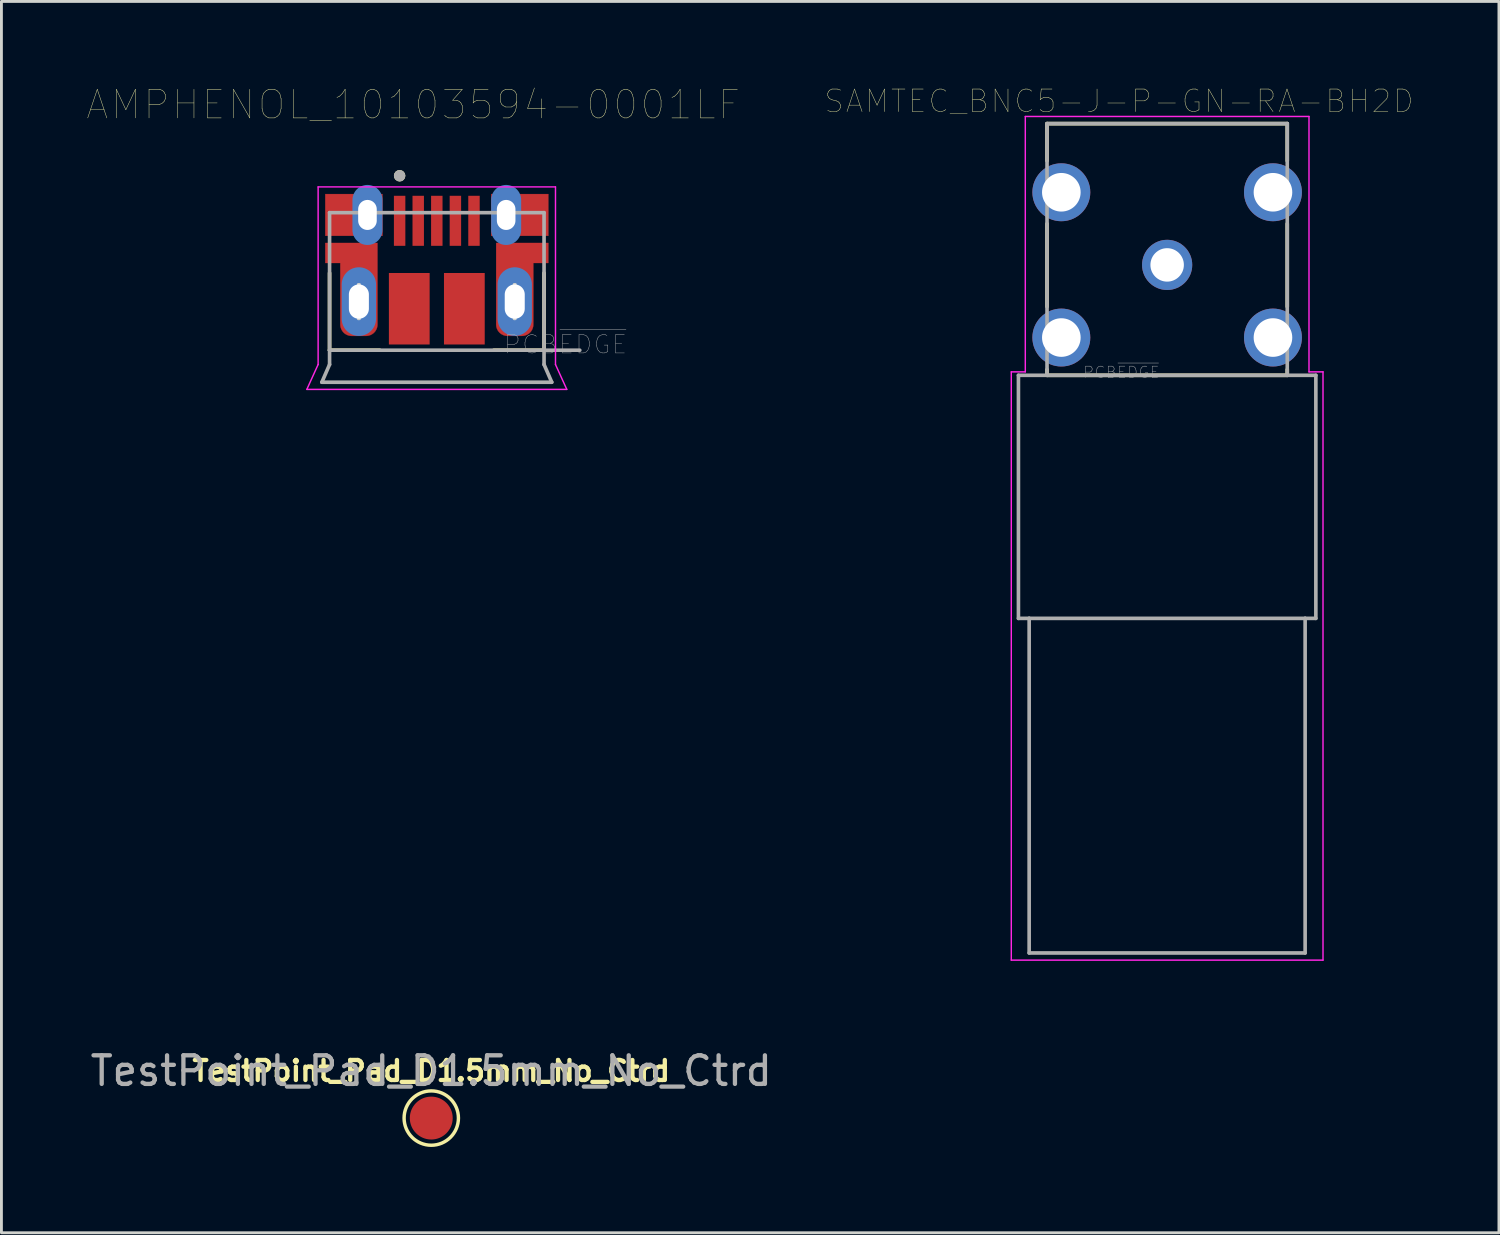
<source format=kicad_pcb>
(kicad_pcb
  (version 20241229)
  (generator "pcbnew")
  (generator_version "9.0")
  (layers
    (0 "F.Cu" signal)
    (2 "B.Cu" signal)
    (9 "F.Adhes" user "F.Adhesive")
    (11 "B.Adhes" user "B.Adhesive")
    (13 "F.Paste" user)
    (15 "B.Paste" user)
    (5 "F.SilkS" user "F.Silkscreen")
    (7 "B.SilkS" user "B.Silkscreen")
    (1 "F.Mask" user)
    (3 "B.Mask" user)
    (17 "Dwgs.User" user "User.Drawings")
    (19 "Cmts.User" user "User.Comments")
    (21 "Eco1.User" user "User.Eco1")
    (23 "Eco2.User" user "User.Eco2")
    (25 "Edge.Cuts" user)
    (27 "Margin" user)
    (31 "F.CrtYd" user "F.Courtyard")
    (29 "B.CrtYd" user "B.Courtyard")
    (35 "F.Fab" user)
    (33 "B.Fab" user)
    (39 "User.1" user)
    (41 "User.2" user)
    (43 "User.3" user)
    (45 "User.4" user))
  (footprint "TestPoint_Pad_D1.5mm_No_Ctrd"
    (layer "F.Cu")
    (at 12.03 36.046)
    (property "Reference" "TestPoint_Pad_D1.5mm_No_Ctrd" (at 0 -1.648 180) (layer "F.SilkS") (effects (font (size 0.7 0.7) (thickness 0.15))))
    (attr exclude_from_pos_files exclude_from_bom)
    (fp_circle (center 0 0) (end 0 0.95) (stroke (width 0.12) (type solid)) (fill no) (layer "F.SilkS"))
    (fp_text user "${REFERENCE}" (at 0 -1.65 180) (layer "F.Fab") (effects (font (size 1 1) (thickness 0.15))))
    (pad "1" smd circle (at 0 0) (size 1.5 1.5) (layers "F.Cu" "F.Mask")))
  (footprint "AMPHENOL_10103594-0001LF"
    (layer "F.Cu")
    (at 12.224 7.496)
    (property "Reference" "AMPHENOL_10103594-0001LF" (at -0.825 -6.885 0) (layer "F.SilkS") (effects (font (size 1 1) (thickness 0.015))))
    (attr through_hole)
    (fp_poly (pts (xy -1.9 -2.3) (xy -1.9 -3.76) (xy -3.9 -3.76) (xy -3.9 -2.3)) (stroke (width 0.01) (type solid)) (fill yes) (layer "F.Cu"))
    (fp_poly (pts (xy 1.9 -2.3) (xy 1.9 -3.76) (xy 3.9 -3.76) (xy 3.9 -2.3)) (stroke (width 0.01) (type solid)) (fill yes) (layer "F.Cu"))
    (fp_poly (pts (xy -3.9 -2.05) (xy -3.9 -1.35) (xy -3.375 -1.35) (xy -3.375 0.8) (xy -3.374 0.821) (xy -3.373 0.842) (xy -3.37 0.863) (xy -3.366 0.883) (xy -3.361 0.904) (xy -3.355 0.924) (xy -3.348 0.943) (xy -3.34 0.963) (xy -3.331 0.982) (xy -3.321 1) (xy -3.31 1.018) (xy -3.299 1.035) (xy -3.286 1.052) (xy -3.272 1.068) (xy -3.258 1.083) (xy -3.243 1.097) (xy -3.227 1.111) (xy -3.21 1.124) (xy -3.193 1.135) (xy -3.175 1.146) (xy -3.157 1.156) (xy -3.138 1.165) (xy -3.118 1.173) (xy -3.099 1.18) (xy -3.079 1.186) (xy -3.058 1.191) (xy -3.038 1.195) (xy -3.017 1.198) (xy -2.996 1.199) (xy -2.975 1.2) (xy -2.475 1.2) (xy -2.454 1.199) (xy -2.433 1.198) (xy -2.412 1.195) (xy -2.392 1.191) (xy -2.371 1.186) (xy -2.351 1.18) (xy -2.332 1.173) (xy -2.312 1.165) (xy -2.293 1.156) (xy -2.275 1.146) (xy -2.257 1.135) (xy -2.24 1.124) (xy -2.223 1.111) (xy -2.207 1.097) (xy -2.192 1.083) (xy -2.178 1.068) (xy -2.164 1.052) (xy -2.151 1.035) (xy -2.14 1.018) (xy -2.129 1) (xy -2.119 0.982) (xy -2.11 0.963) (xy -2.102 0.943) (xy -2.095 0.924) (xy -2.089 0.904) (xy -2.084 0.883) (xy -2.08 0.863) (xy -2.077 0.842) (xy -2.076 0.821) (xy -2.075 0.8) (xy -2.075 -2.05) (xy -3.9 -2.05)) (stroke (width 0.01) (type solid)) (fill yes) (layer "F.Cu"))
    (fp_poly (pts (xy 3.9 -2.05) (xy 3.9 -1.35) (xy 3.375 -1.35) (xy 3.375 0.8) (xy 3.374 0.821) (xy 3.373 0.842) (xy 3.37 0.863) (xy 3.366 0.883) (xy 3.361 0.904) (xy 3.355 0.924) (xy 3.348 0.943) (xy 3.34 0.963) (xy 3.331 0.982) (xy 3.321 1) (xy 3.31 1.018) (xy 3.299 1.035) (xy 3.286 1.052) (xy 3.272 1.068) (xy 3.258 1.083) (xy 3.243 1.097) (xy 3.227 1.111) (xy 3.21 1.124) (xy 3.193 1.135) (xy 3.175 1.146) (xy 3.157 1.156) (xy 3.138 1.165) (xy 3.118 1.173) (xy 3.099 1.18) (xy 3.079 1.186) (xy 3.058 1.191) (xy 3.038 1.195) (xy 3.017 1.198) (xy 2.996 1.199) (xy 2.975 1.2) (xy 2.475 1.2) (xy 2.454 1.199) (xy 2.433 1.198) (xy 2.412 1.195) (xy 2.392 1.191) (xy 2.371 1.186) (xy 2.351 1.18) (xy 2.332 1.173) (xy 2.312 1.165) (xy 2.293 1.156) (xy 2.275 1.146) (xy 2.257 1.135) (xy 2.24 1.124) (xy 2.223 1.111) (xy 2.207 1.097) (xy 2.192 1.083) (xy 2.178 1.068) (xy 2.164 1.052) (xy 2.151 1.035) (xy 2.14 1.018) (xy 2.129 1) (xy 2.119 0.982) (xy 2.11 0.963) (xy 2.102 0.943) (xy 2.095 0.924) (xy 2.089 0.904) (xy 2.084 0.883) (xy 2.08 0.863) (xy 2.077 0.842) (xy 2.076 0.821) (xy 2.075 0.8) (xy 2.075 -2.05) (xy 3.9 -2.05)) (stroke (width 0.01) (type solid)) (fill yes) (layer "F.Cu"))
    (fp_poly (pts (xy -4 -3.86) (xy -1.8 -3.86) (xy -1.8 -2.2) (xy -4 -2.2)) (stroke (width 0.01) (type solid)) (fill yes) (layer "F.Mask"))
    (fp_poly (pts (xy 1.8 -3.86) (xy 4 -3.86) (xy 4 -2.2) (xy 1.8 -2.2)) (stroke (width 0.01) (type solid)) (fill yes) (layer "F.Mask"))
    (fp_poly (pts (xy -4 -2.15) (xy -1.975 -2.15) (xy -1.975 0.8) (xy -1.976 0.826) (xy -1.978 0.852) (xy -1.981 0.878) (xy -1.986 0.904) (xy -1.992 0.929) (xy -1.999 0.955) (xy -2.008 0.979) (xy -2.018 1.003) (xy -2.029 1.027) (xy -2.042 1.05) (xy -2.056 1.072) (xy -2.07 1.094) (xy -2.086 1.115) (xy -2.103 1.135) (xy -2.121 1.154) (xy -2.14 1.172) (xy -2.16 1.189) (xy -2.181 1.205) (xy -2.203 1.219) (xy -2.225 1.233) (xy -2.248 1.246) (xy -2.272 1.257) (xy -2.296 1.267) (xy -2.32 1.276) (xy -2.346 1.283) (xy -2.371 1.289) (xy -2.397 1.294) (xy -2.423 1.297) (xy -2.449 1.299) (xy -2.475 1.3) (xy -2.975 1.3) (xy -3.001 1.299) (xy -3.027 1.297) (xy -3.053 1.294) (xy -3.079 1.289) (xy -3.104 1.283) (xy -3.13 1.276) (xy -3.154 1.267) (xy -3.178 1.257) (xy -3.202 1.246) (xy -3.225 1.233) (xy -3.247 1.219) (xy -3.269 1.205) (xy -3.29 1.189) (xy -3.31 1.172) (xy -3.329 1.154) (xy -3.347 1.135) (xy -3.364 1.115) (xy -3.38 1.094) (xy -3.394 1.072) (xy -3.408 1.05) (xy -3.421 1.027) (xy -3.432 1.003) (xy -3.442 0.979) (xy -3.451 0.955) (xy -3.458 0.929) (xy -3.464 0.904) (xy -3.469 0.878) (xy -3.472 0.852) (xy -3.474 0.826) (xy -3.475 0.8) (xy -3.475 -1.25) (xy -4 -1.25) (xy -4 -2.15)) (stroke (width 0.01) (type solid)) (fill yes) (layer "F.Mask"))
    (fp_poly (pts (xy 4 -2.15) (xy 1.975 -2.15) (xy 1.975 0.8) (xy 1.976 0.826) (xy 1.978 0.852) (xy 1.981 0.878) (xy 1.986 0.904) (xy 1.992 0.929) (xy 1.999 0.955) (xy 2.008 0.979) (xy 2.018 1.003) (xy 2.029 1.027) (xy 2.042 1.05) (xy 2.056 1.072) (xy 2.07 1.094) (xy 2.086 1.115) (xy 2.103 1.135) (xy 2.121 1.154) (xy 2.14 1.172) (xy 2.16 1.189) (xy 2.181 1.205) (xy 2.203 1.219) (xy 2.225 1.233) (xy 2.248 1.246) (xy 2.272 1.257) (xy 2.296 1.267) (xy 2.32 1.276) (xy 2.346 1.283) (xy 2.371 1.289) (xy 2.397 1.294) (xy 2.423 1.297) (xy 2.449 1.299) (xy 2.475 1.3) (xy 2.975 1.3) (xy 3.001 1.299) (xy 3.027 1.297) (xy 3.053 1.294) (xy 3.079 1.289) (xy 3.104 1.283) (xy 3.13 1.276) (xy 3.154 1.267) (xy 3.178 1.257) (xy 3.202 1.246) (xy 3.225 1.233) (xy 3.247 1.219) (xy 3.269 1.205) (xy 3.29 1.189) (xy 3.31 1.172) (xy 3.329 1.154) (xy 3.347 1.135) (xy 3.364 1.115) (xy 3.38 1.094) (xy 3.394 1.072) (xy 3.408 1.05) (xy 3.421 1.027) (xy 3.432 1.003) (xy 3.442 0.979) (xy 3.451 0.955) (xy 3.458 0.929) (xy 3.464 0.904) (xy 3.469 0.878) (xy 3.472 0.852) (xy 3.474 0.826) (xy 3.475 0.8) (xy 3.475 -1.25) (xy 4 -1.25) (xy 4 -2.15)) (stroke (width 0.01) (type solid)) (fill yes) (layer "F.Mask"))
    (fp_line (start -3.75 -1) (end -3.75 1.7) (stroke (width 0.127) (type solid)) (layer "F.SilkS"))
    (fp_line (start -3.75 1.7) (end -1.995 1.7) (stroke (width 0.127) (type solid)) (layer "F.SilkS"))
    (fp_line (start 3.75 -1) (end 3.75 1.7) (stroke (width 0.127) (type solid)) (layer "F.SilkS"))
    (fp_line (start 3.75 1.7) (end 1.995 1.7) (stroke (width 0.127) (type solid)) (layer "F.SilkS"))
    (fp_circle (center -1.3 -4.4) (end -1.2 -4.4) (stroke (width 0.2) (type solid)) (fill no) (layer "F.SilkS"))
    (fp_line (start -2.745 0.6) (end -2.705 0.6) (stroke (width 0.1) (type solid)) (layer "Edge.Cuts"))
    (fp_line (start -2.705 -0.6) (end -2.745 -0.6) (stroke (width 0.1) (type solid)) (layer "Edge.Cuts"))
    (fp_line (start 2.705 -0.6) (end 2.745 -0.6) (stroke (width 0.1) (type solid)) (layer "Edge.Cuts"))
    (fp_line (start 2.745 0.6) (end 2.705 0.6) (stroke (width 0.1) (type solid)) (layer "Edge.Cuts"))
    (fp_line (start -4.545 3.07) (end -4.15 2.2) (stroke (width 0.05) (type solid)) (layer "F.CrtYd"))
    (fp_line (start -4.545 3.07) (end 4.545 3.07) (stroke (width 0.05) (type solid)) (layer "F.CrtYd"))
    (fp_line (start -4.15 -4.01) (end 4.15 -4.01) (stroke (width 0.05) (type solid)) (layer "F.CrtYd"))
    (fp_line (start -4.15 2.2) (end -4.15 -4.01) (stroke (width 0.05) (type solid)) (layer "F.CrtYd"))
    (fp_line (start 4.15 -4.01) (end 4.15 2.2) (stroke (width 0.05) (type solid)) (layer "F.CrtYd"))
    (fp_line (start 4.545 3.07) (end 4.15 2.2) (stroke (width 0.05) (type solid)) (layer "F.CrtYd"))
    (fp_line (start -4.02 2.82) (end -3.75 2.2) (stroke (width 0.127) (type solid)) (layer "F.Fab"))
    (fp_line (start -4.02 2.82) (end 4.02 2.82) (stroke (width 0.127) (type solid)) (layer "F.Fab"))
    (fp_line (start -3.75 -3.11) (end -3.75 1.7) (stroke (width 0.127) (type solid)) (layer "F.Fab"))
    (fp_line (start -3.75 -3.11) (end 3.75 -3.11) (stroke (width 0.127) (type solid)) (layer "F.Fab"))
    (fp_line (start -3.75 1.7) (end -3.75 2.2) (stroke (width 0.127) (type solid)) (layer "F.Fab"))
    (fp_line (start -3.75 1.7) (end 5 1.7) (stroke (width 0.127) (type solid)) (layer "F.Fab"))
    (fp_line (start 3.75 -3.11) (end 3.75 2.2) (stroke (width 0.127) (type solid)) (layer "F.Fab"))
    (fp_line (start 4.02 2.82) (end 3.75 2.2) (stroke (width 0.127) (type solid)) (layer "F.Fab"))
    (fp_circle (center -1.3 -4.4) (end -1.2 -4.4) (stroke (width 0.2) (type solid)) (fill no) (layer "F.Fab"))
    (fp_text user "PCB~{EDGE}" (at 4.5 1.5 0) (layer "F.Fab") (effects (font (size 0.64 0.64) (thickness 0.015))))
    (pad "1" smd rect (at -1.3 -2.825) (size 0.4 1.75) (layers "F.Cu" "F.Mask" "F.Paste"))
    (pad "2" smd rect (at -0.65 -2.825) (size 0.4 1.75) (layers "F.Cu" "F.Mask" "F.Paste"))
    (pad "3" smd rect (at 0 -2.825) (size 0.4 1.75) (layers "F.Cu" "F.Mask" "F.Paste"))
    (pad "4" smd rect (at 0.65 -2.825) (size 0.4 1.75) (layers "F.Cu" "F.Mask" "F.Paste"))
    (pad "5" smd rect (at 1.3 -2.825) (size 0.4 1.75) (layers "F.Cu" "F.Mask" "F.Paste"))
    (pad "6" thru_hole oval (at -2.425 -3.03) (size 0.73 1.46) (drill oval 0.65 1.05) (layers "*.Cu"))
    (pad "7" thru_hole oval (at 2.425 -3.03) (size 0.73 1.46) (drill oval 0.65 1.05) (layers "*.Cu"))
    (pad "8" thru_hole oval (at -2.725 0) (size 1.2 2.4) (drill oval 0.7 1.2) (layers "*.Cu" "*.Mask"))
    (pad "9" thru_hole oval (at 2.725 0) (size 1.2 2.4) (drill oval 0.7 1.2) (layers "*.Cu" "*.Mask"))
    (pad "10" smd oval (at -2.425 -3.03) (size 1.05 2.1) (layers "B.Cu" "B.Mask"))
    (pad "11" smd oval (at 2.425 -3.03) (size 1.05 2.1) (layers "B.Cu" "B.Mask"))
    (pad "S1" smd rect (at -0.963 0.25) (size 1.425 2.5) (layers "F.Cu" "F.Mask" "F.Paste"))
    (pad "S2" smd rect (at 0.963 0.25) (size 1.425 2.5) (layers "F.Cu" "F.Mask" "F.Paste")))
  (footprint "SAMTEC_BNC5-J-P-GN-RA-BH2D"
    (layer "F.Cu")
    (at 37.762 6.213)
    (property "Reference" "SAMTEC_BNC5-J-P-GN-RA-BH2D" (at -1.682 -5.725 0) (layer "F.SilkS") (effects (font (size 0.788 0.788) (thickness 0.015))))
    (attr through_hole)
    (fp_line (start -4.2 -4.94) (end 4.2 -4.94) (stroke (width 0.127) (type solid)) (layer "F.SilkS"))
    (fp_line (start -4.2 -3.64) (end -4.2 -4.94) (stroke (width 0.127) (type solid)) (layer "F.SilkS"))
    (fp_line (start -4.2 1.46) (end -4.2 -1.44) (stroke (width 0.127) (type solid)) (layer "F.SilkS"))
    (fp_line (start -4.2 3.86) (end -4.2 3.66) (stroke (width 0.127) (type solid)) (layer "F.SilkS"))
    (fp_line (start -4.2 3.86) (end 4.2 3.86) (stroke (width 0.127) (type solid)) (layer "F.SilkS"))
    (fp_line (start 4.2 -4.94) (end 4.2 -3.64) (stroke (width 0.127) (type solid)) (layer "F.SilkS"))
    (fp_line (start 4.2 1.46) (end 4.2 -1.44) (stroke (width 0.127) (type solid)) (layer "F.SilkS"))
    (fp_line (start 4.2 3.86) (end 4.2 3.66) (stroke (width 0.127) (type solid)) (layer "F.SilkS"))
    (fp_line (start -5.45 3.74) (end -5.45 24.31) (stroke (width 0.05) (type solid)) (layer "F.CrtYd"))
    (fp_line (start -5.45 24.31) (end 5.45 24.31) (stroke (width 0.05) (type solid)) (layer "F.CrtYd"))
    (fp_line (start -4.96 -5.19) (end 4.96 -5.19) (stroke (width 0.05) (type solid)) (layer "F.CrtYd"))
    (fp_line (start -4.96 3.74) (end -5.45 3.74) (stroke (width 0.05) (type solid)) (layer "F.CrtYd"))
    (fp_line (start -4.96 3.74) (end -4.96 -5.19) (stroke (width 0.05) (type solid)) (layer "F.CrtYd"))
    (fp_line (start 4.96 -5.19) (end 4.96 3.74) (stroke (width 0.05) (type solid)) (layer "F.CrtYd"))
    (fp_line (start 5.45 3.74) (end 4.96 3.74) (stroke (width 0.05) (type solid)) (layer "F.CrtYd"))
    (fp_line (start 5.45 24.31) (end 5.45 3.74) (stroke (width 0.05) (type solid)) (layer "F.CrtYd"))
    (fp_line (start -5.2 3.86) (end -5.2 12.36) (stroke (width 0.127) (type solid)) (layer "F.Fab"))
    (fp_line (start -5.2 12.36) (end -4.825 12.36) (stroke (width 0.127) (type solid)) (layer "F.Fab"))
    (fp_line (start -4.825 12.36) (end -4.825 24.06) (stroke (width 0.127) (type solid)) (layer "F.Fab"))
    (fp_line (start -4.825 12.36) (end 4.825 12.36) (stroke (width 0.127) (type solid)) (layer "F.Fab"))
    (fp_line (start -4.825 24.06) (end 4.825 24.06) (stroke (width 0.127) (type solid)) (layer "F.Fab"))
    (fp_line (start -4.2 -4.94) (end 4.2 -4.94) (stroke (width 0.127) (type solid)) (layer "F.Fab"))
    (fp_line (start -4.2 3.86) (end -5.2 3.86) (stroke (width 0.127) (type solid)) (layer "F.Fab"))
    (fp_line (start -4.2 3.86) (end -4.2 -4.94) (stroke (width 0.127) (type solid)) (layer "F.Fab"))
    (fp_line (start 4.2 -4.94) (end 4.2 3.86) (stroke (width 0.127) (type solid)) (layer "F.Fab"))
    (fp_line (start 4.2 3.86) (end -4.2 3.86) (stroke (width 0.127) (type solid)) (layer "F.Fab"))
    (fp_line (start 4.825 12.36) (end 5.2 12.36) (stroke (width 0.127) (type solid)) (layer "F.Fab"))
    (fp_line (start 4.825 24.06) (end 4.825 12.36) (stroke (width 0.127) (type solid)) (layer "F.Fab"))
    (fp_line (start 5.2 3.86) (end 4.2 3.86) (stroke (width 0.127) (type solid)) (layer "F.Fab"))
    (fp_line (start 5.2 12.36) (end 5.2 3.86) (stroke (width 0.127) (type solid)) (layer "F.Fab"))
    (fp_text user "PCB~{EDGE}" (at -1.601 3.753 0) (layer "F.Fab") (effects (font (size 0.394 0.394) (thickness 0.015))))
    (pad "1" thru_hole circle (at 0 0) (size 1.755 1.755) (drill 1.17) (layers "*.Cu" "*.Mask"))
    (pad "S_1" thru_hole circle (at -3.7 2.54) (size 2.025 2.025) (drill 1.35) (layers "*.Cu" "*.Mask"))
    (pad "S_2" thru_hole circle (at 3.7 2.54) (size 2.025 2.025) (drill 1.35) (layers "*.Cu" "*.Mask"))
    (pad "S_3" thru_hole circle (at 3.7 -2.54) (size 2.025 2.025) (drill 1.35) (layers "*.Cu" "*.Mask"))
    (pad "S_4" thru_hole circle (at -3.7 -2.54) (size 2.025 2.025) (drill 1.35) (layers "*.Cu" "*.Mask")))
  (gr_rect
    (start -3 -3)
    (end 49.364 40.056)
    (stroke (width 0.1) (type default))
    (fill no)
    (layer "Edge.Cuts")))
</source>
